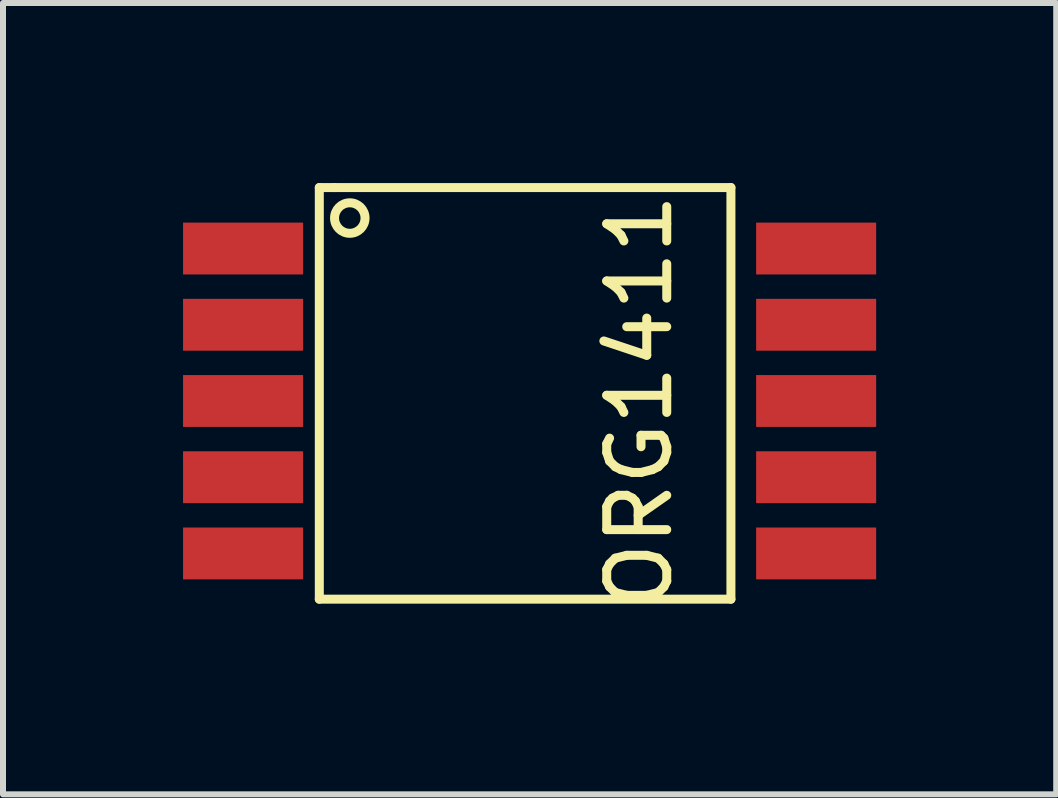
<source format=kicad_pcb>
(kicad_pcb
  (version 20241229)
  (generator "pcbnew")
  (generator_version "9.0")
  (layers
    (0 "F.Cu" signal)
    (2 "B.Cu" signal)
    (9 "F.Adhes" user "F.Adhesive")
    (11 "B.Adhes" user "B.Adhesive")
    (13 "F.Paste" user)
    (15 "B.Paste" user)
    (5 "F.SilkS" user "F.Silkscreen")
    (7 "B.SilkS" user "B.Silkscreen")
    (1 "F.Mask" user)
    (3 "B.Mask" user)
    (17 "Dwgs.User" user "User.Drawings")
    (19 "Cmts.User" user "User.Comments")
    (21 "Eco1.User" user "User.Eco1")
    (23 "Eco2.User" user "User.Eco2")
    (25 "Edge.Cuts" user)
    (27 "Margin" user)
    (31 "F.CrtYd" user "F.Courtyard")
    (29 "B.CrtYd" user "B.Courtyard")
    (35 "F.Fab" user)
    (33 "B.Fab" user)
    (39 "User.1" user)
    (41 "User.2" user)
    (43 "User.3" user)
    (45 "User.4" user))
  (footprint "ORG1411"
    (layer "F.Cu")
    (at 5.826 3.631)
    (property "Reference" "ORG1411" (at 1.778 0 90) (layer "F.SilkS") (effects (font (size 1 1) (thickness 0.15))))
    (attr through_hole)
    (fp_line (start -3.556 -3.556) (end -3.556 3.302) (stroke (width 0.15) (type solid)) (layer "F.SilkS"))
    (fp_line (start -3.556 3.302) (end 3.302 3.302) (stroke (width 0.15) (type solid)) (layer "F.SilkS"))
    (fp_line (start -3.302 -3.556) (end -3.556 -3.556) (stroke (width 0.15) (type solid)) (layer "F.SilkS"))
    (fp_line (start 3.302 -3.556) (end -3.302 -3.556) (stroke (width 0.15) (type solid)) (layer "F.SilkS"))
    (fp_line (start 3.302 3.302) (end 3.302 -3.556) (stroke (width 0.15) (type solid)) (layer "F.SilkS"))
    (fp_circle (center -3.048 -3.048) (end -2.794 -3.048) (stroke (width 0.15) (type solid)) (fill no) (layer "F.SilkS"))
    (pad "1" smd rect (at -4.826 -2.54) (size 2 0.864) (layers "F.Cu" "F.Mask" "F.Paste"))
    (pad "2" smd rect (at -4.826 -1.27) (size 2 0.864) (layers "F.Cu" "F.Mask" "F.Paste"))
    (pad "3" smd rect (at -4.826 0) (size 2 0.864) (layers "F.Cu" "F.Mask" "F.Paste"))
    (pad "4" smd rect (at -4.826 1.27) (size 2 0.864) (layers "F.Cu" "F.Mask" "F.Paste"))
    (pad "5" smd rect (at -4.826 2.54) (size 2 0.864) (layers "F.Cu" "F.Mask" "F.Paste"))
    (pad "6" smd rect (at 4.722 -2.54) (size 2 0.864) (layers "F.Cu" "F.Mask" "F.Paste"))
    (pad "7" smd rect (at 4.722 -1.27) (size 2 0.864) (layers "F.Cu" "F.Mask" "F.Paste"))
    (pad "8" smd rect (at 4.722 0) (size 2 0.864) (layers "F.Cu" "F.Mask" "F.Paste"))
    (pad "9" smd rect (at 4.722 1.27) (size 2 0.864) (layers "F.Cu" "F.Mask" "F.Paste"))
    (pad "10" smd rect (at 4.722 2.54) (size 2 0.864) (layers "F.Cu" "F.Mask" "F.Paste")))
  (gr_rect
    (start -3 -3)
    (end 14.548 10.185)
    (stroke (width 0.1) (type default))
    (fill no)
    (layer "Edge.Cuts")))
</source>
